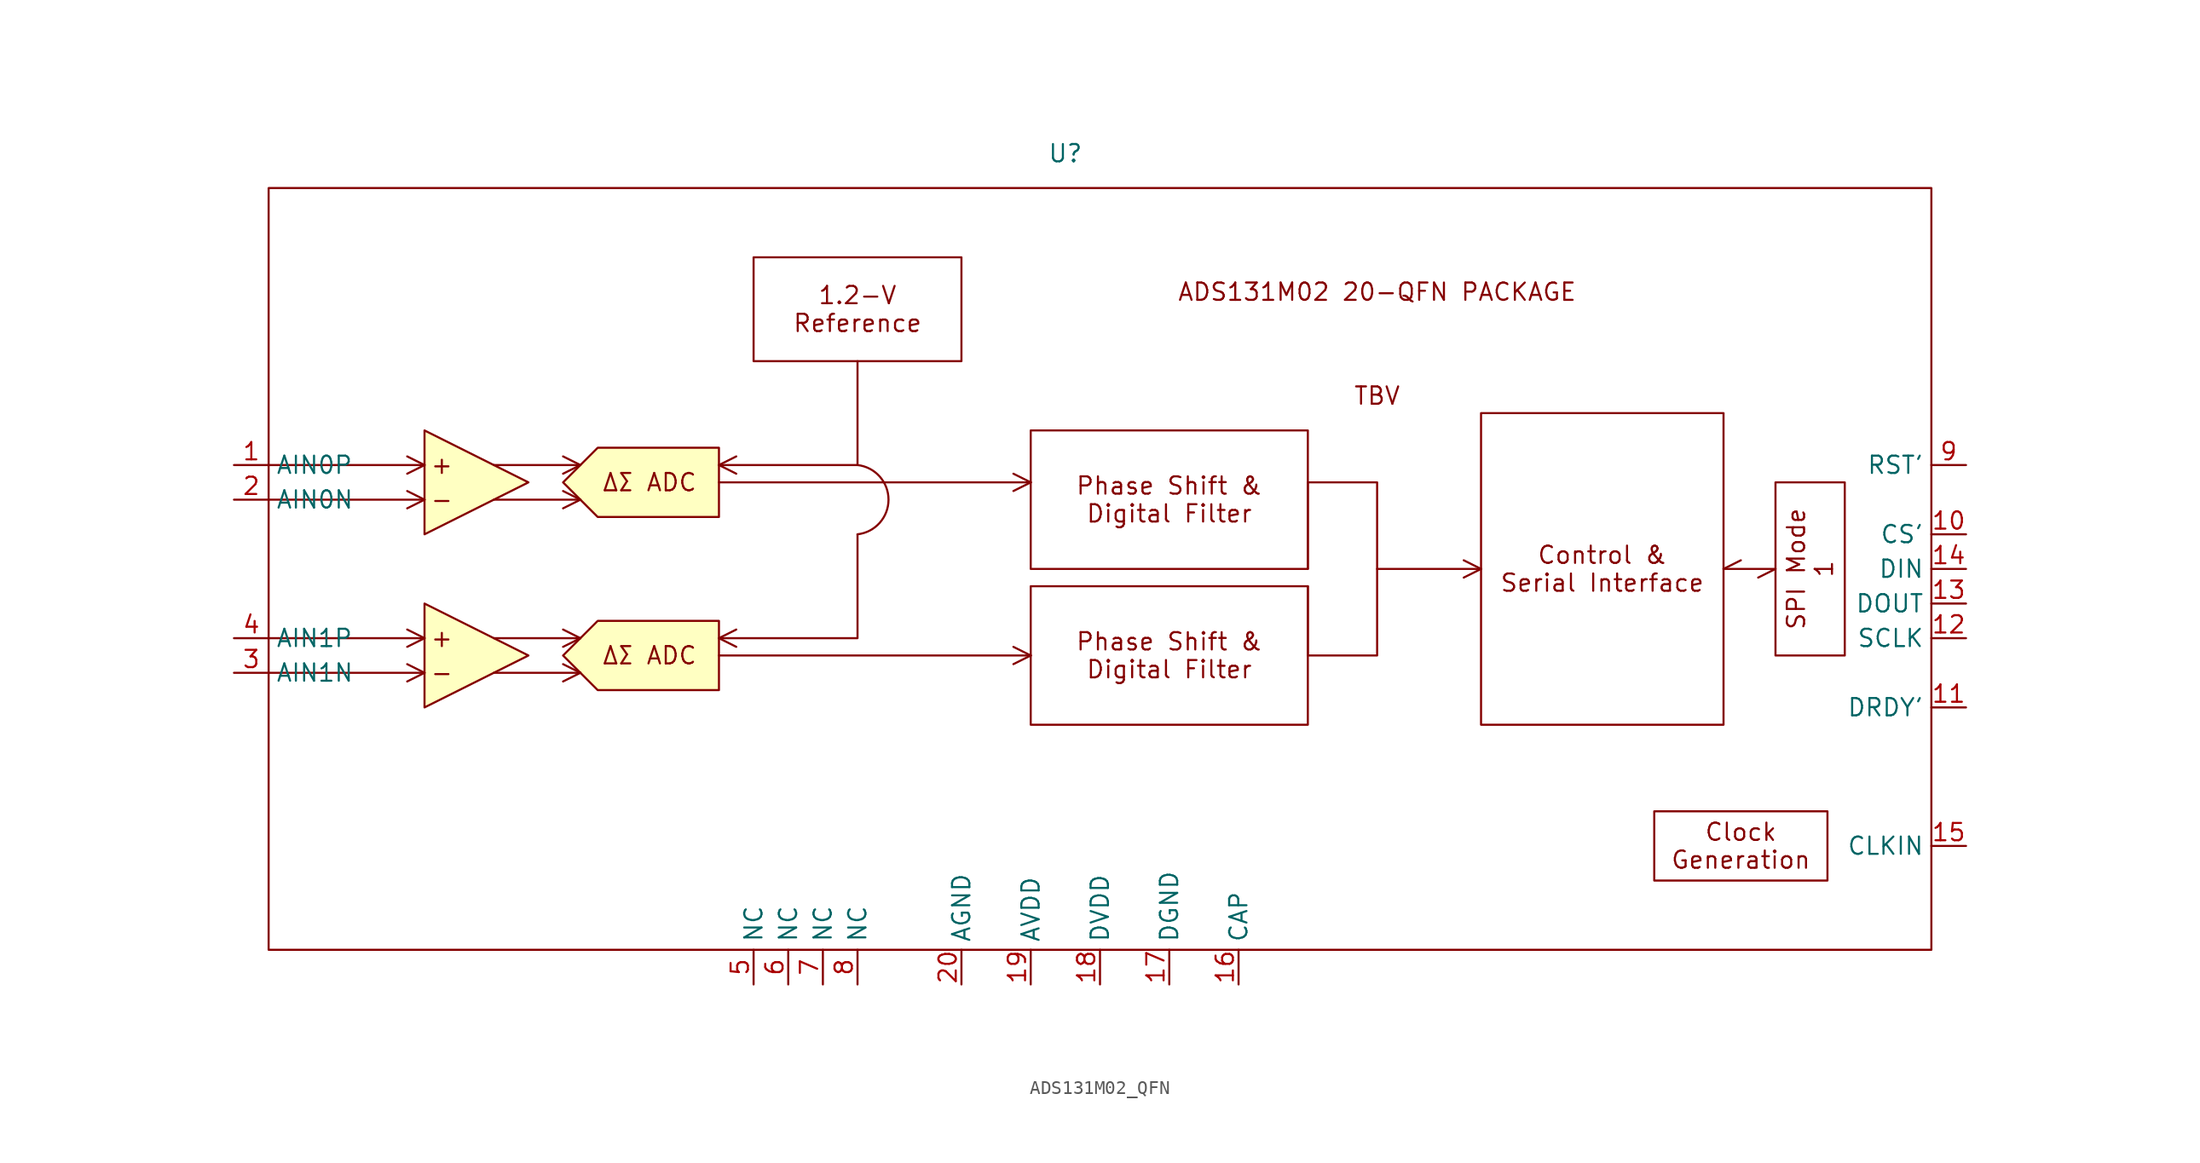
<source format=kicad_sym>
(kicad_symbol_lib
  (version 20220914)
  (generator kicad_symbol_editor)
  (symbol "ADS131M02_QFN"
    (property "Reference" "U"
      (at 30.48 30.48 0)
      (effects (font (size 1.27 1.27))))
    (property "Value" ""
      (at 91.44 0 0)
      (effects (font (size 1.27 1.27))))
    (symbol "ADS131M02_QFN_1_1"
      (rectangle (start -27.94 27.94) (end 93.98 -27.94) (stroke (width 0) (type default)) (fill (type none)))
      (polyline (pts (xy -27.94 -7.62) (xy -16.51 -7.62)) (stroke (width 0) (type default)) (fill (type none)))
      (polyline (pts (xy -27.94 -5.08) (xy -16.51 -5.08)) (stroke (width 0) (type default)) (fill (type none)))
      (polyline (pts (xy -27.94 5.08) (xy -16.51 5.08)) (stroke (width 0) (type default)) (fill (type none)))
      (polyline (pts (xy -27.94 7.62) (xy -16.51 7.62)) (stroke (width 0) (type default)) (fill (type none)))
      (polyline (pts (xy -16.51 -7.62) (xy -17.78 -8.255)) (stroke (width 0) (type default)) (fill (type color) (color 0 0 0 0)))
      (polyline (pts (xy -16.51 -7.62) (xy -17.78 -6.985)) (stroke (width 0) (type default)) (fill (type color) (color 0 0 0 0)))
      (polyline (pts (xy -16.51 -5.08) (xy -17.78 -5.715)) (stroke (width 0) (type default)) (fill (type color) (color 0 0 0 0)))
      (polyline (pts (xy -16.51 -5.08) (xy -17.78 -4.445)) (stroke (width 0) (type default)) (fill (type color) (color 0 0 0 0)))
      (polyline (pts (xy -16.51 5.08) (xy -17.78 4.445)) (stroke (width 0) (type default)) (fill (type color) (color 0 0 0 0)))
      (polyline (pts (xy -16.51 5.08) (xy -17.78 5.715)) (stroke (width 0) (type default)) (fill (type color) (color 0 0 0 0)))
      (polyline (pts (xy -16.51 7.62) (xy -17.78 6.985)) (stroke (width 0) (type default)) (fill (type color) (color 0 0 0 0)))
      (polyline (pts (xy -16.51 7.62) (xy -17.78 8.255)) (stroke (width 0) (type default)) (fill (type color) (color 0 0 0 0)))
      (polyline (pts (xy -11.43 -7.62) (xy -5.08 -7.62)) (stroke (width 0) (type default)) (fill (type none)))
      (polyline (pts (xy -11.43 -5.08) (xy -5.08 -5.08)) (stroke (width 0) (type default)) (fill (type none)))
      (polyline (pts (xy -11.43 5.08) (xy -5.08 5.08)) (stroke (width 0) (type default)) (fill (type none)))
      (polyline (pts (xy -11.43 7.62) (xy -5.08 7.62)) (stroke (width 0) (type default)) (fill (type none)))
      (polyline (pts (xy -5.08 -7.62) (xy -6.35 -8.255)) (stroke (width 0) (type default)) (fill (type color) (color 0 0 0 0)))
      (polyline (pts (xy -5.08 -7.62) (xy -6.35 -6.985)) (stroke (width 0) (type default)) (fill (type color) (color 0 0 0 0)))
      (polyline (pts (xy -5.08 -5.08) (xy -6.35 -5.715)) (stroke (width 0) (type default)) (fill (type color) (color 0 0 0 0)))
      (polyline (pts (xy -5.08 -5.08) (xy -6.35 -4.445)) (stroke (width 0) (type default)) (fill (type color) (color 0 0 0 0)))
      (polyline (pts (xy -5.08 5.08) (xy -6.35 4.445)) (stroke (width 0) (type default)) (fill (type color) (color 0 0 0 0)))
      (polyline (pts (xy -5.08 5.08) (xy -6.35 5.715)) (stroke (width 0) (type default)) (fill (type color) (color 0 0 0 0)))
      (polyline (pts (xy -5.08 7.62) (xy -6.35 6.985)) (stroke (width 0) (type default)) (fill (type color) (color 0 0 0 0)))
      (polyline (pts (xy -5.08 7.62) (xy -6.35 8.255)) (stroke (width 0) (type default)) (fill (type color) (color 0 0 0 0)))
      (polyline (pts (xy 5.08 -6.35) (xy 27.94 -6.35)) (stroke (width 0) (type default)) (fill (type color) (color 0 0 0 0)))
      (polyline (pts (xy 5.08 -5.08) (xy 6.35 -5.715)) (stroke (width 0) (type default)) (fill (type color) (color 0 0 0 0)))
      (polyline (pts (xy 5.08 -5.08) (xy 6.35 -4.445)) (stroke (width 0) (type default)) (fill (type color) (color 0 0 0 0)))
      (polyline (pts (xy 5.08 6.35) (xy 27.94 6.35)) (stroke (width 0) (type default)) (fill (type color) (color 0 0 0 0)))
      (polyline (pts (xy 5.08 7.62) (xy 6.35 6.985)) (stroke (width 0) (type default)) (fill (type color) (color 0 0 0 0)))
      (polyline (pts (xy 5.08 7.62) (xy 6.35 8.255)) (stroke (width 0) (type default)) (fill (type color) (color 0 0 0 0)))
      (polyline (pts (xy 27.94 -6.35) (xy 26.67 -6.985)) (stroke (width 0) (type default)) (fill (type color) (color 0 0 0 0)))
      (polyline (pts (xy 27.94 -6.35) (xy 26.67 -5.715)) (stroke (width 0) (type default)) (fill (type color) (color 0 0 0 0)))
      (polyline (pts (xy 27.94 6.35) (xy 26.67 5.715)) (stroke (width 0) (type default)) (fill (type color) (color 0 0 0 0)))
      (polyline (pts (xy 27.94 6.35) (xy 26.67 6.985)) (stroke (width 0) (type default)) (fill (type color) (color 0 0 0 0)))
      (polyline (pts (xy 48.26 -1.27) (xy 48.26 -6.35)) (stroke (width 0) (type default)) (fill (type color) (color 0 0 0 0)))
      (polyline (pts (xy 48.26 6.35) (xy 48.26 0)) (stroke (width 0) (type default)) (fill (type color) (color 0 0 0 0)))
      (polyline (pts (xy 53.34 0) (xy 60.96 0)) (stroke (width 0) (type default)) (fill (type color) (color 0 0 0 0)))
      (polyline (pts (xy 60.96 0) (xy 59.69 -0.635)) (stroke (width 0) (type default)) (fill (type color) (color 0 0 0 0)))
      (polyline (pts (xy 60.96 0) (xy 59.69 0.635)) (stroke (width 0) (type default)) (fill (type color) (color 0 0 0 0)))
      (polyline (pts (xy 78.74 0) (xy 80.01 0.635)) (stroke (width 0) (type default)) (fill (type color) (color 0 0 0 0)))
      (polyline (pts (xy 82.55 0) (xy 78.74 0)) (stroke (width 0) (type default)) (fill (type color) (color 0 0 0 0)))
      (polyline (pts (xy 82.55 0) (xy 81.28 -0.635)) (stroke (width 0) (type default)) (fill (type color) (color 0 0 0 0)))
      (polyline (pts (xy 15.24 2.54) (xy 15.24 -5.08) (xy 5.08 -5.08)) (stroke (width 0) (type default)) (fill (type color) (color 0 0 0 0)))
      (polyline (pts (xy 15.24 15.24) (xy 15.24 7.62) (xy 5.08 7.62)) (stroke (width 0) (type default)) (fill (type color) (color 0 0 0 0)))
      (polyline (pts (xy -16.51 -10.16) (xy -8.89 -6.35) (xy -16.51 -2.54) (xy -16.51 -10.16)) (stroke (width 0) (type default)) (fill (type background)))
      (polyline (pts (xy -16.51 2.54) (xy -8.89 6.35) (xy -16.51 10.16) (xy -16.51 2.54)) (stroke (width 0) (type default)) (fill (type background)))
      (polyline (pts (xy 48.26 6.35) (xy 53.34 6.35) (xy 53.34 -6.35) (xy 48.26 -6.35)) (stroke (width 0) (type default)) (fill (type color) (color 0 0 0 0)))
      (polyline (pts (xy -6.35 -6.35) (xy -3.81 -3.81) (xy 5.08 -3.81) (xy 5.08 -8.89) (xy -3.81 -8.89) (xy -6.35 -6.35)) (stroke (width 0) (type default)) (fill (type background)))
      (polyline (pts (xy -6.35 6.35) (xy -3.81 8.89) (xy 5.08 8.89) (xy 5.08 3.81) (xy -3.81 3.81) (xy -6.35 6.35)) (stroke (width 0) (type default)) (fill (type background)))
      (arc (start 15.24 2.54) (mid 17.5127 5.08) (end 15.24 7.62) (stroke (width 0) (type default)) (fill (type color) (color 0 0 0 0)))
      (text "+" (at -15.24 -5.08 0) (effects (font (size 1.27 1.27))))
      (text "+" (at -15.24 7.62 0) (effects (font (size 1.27 1.27))))
      (text "-" (at -15.24 -7.62 0) (effects (font (size 1.27 1.27))))
      (text "-" (at -15.24 5.08 0) (effects (font (size 1.27 1.27))))
      (text "ADS131M02 20-QFN PACKAGE" (at 53.34 20.32 0) (effects (font (size 1.27 1.27))))
      (text "TBV" (at 53.34 12.7 0) (effects (font (size 1.27 1.27))))
      (text "ΔΣ ADC" (at 0 -6.35 0) (effects (font (size 1.27 1.27))))
      (text "ΔΣ ADC" (at 0 6.35 0) (effects (font (size 1.27 1.27))))
      (text_box "1.2-V\nReference" (at 7.62 22.86 0) (size 15.24 -7.62) (stroke (width 0) (type default)) (fill (type color) (color 0 0 0 0)) (effects (font (size 1.27 1.27))))
      (text_box "Clock\nGeneration" (at 73.66 -17.78 0) (size 12.7 -5.08) (stroke (width 0) (type default)) (fill (type color) (color 0 0 0 0)) (effects (font (size 1.27 1.27))))
      (text_box "Control &\nSerial Interface" (at 60.96 11.43 0) (size 17.78 -22.86) (stroke (width 0) (type default)) (fill (type color) (color 0 0 0 0)) (effects (font (size 1.27 1.27))))
      (text_box "Phase Shift &\nDigital Filter" (at 27.94 -1.27 0) (size 20.32 -10.16) (stroke (width 0) (type default)) (fill (type color) (color 0 0 0 0)) (effects (font (size 1.27 1.27))))
      (text_box "Phase Shift &\nDigital Filter" (at 27.94 10.16 0) (size 20.32 -10.16) (stroke (width 0) (type default)) (fill (type color) (color 0 0 0 0)) (effects (font (size 1.27 1.27))))
      (text_box "SPI Mode 1" (at 82.55 6.35 90) (size 5.08 -12.7) (stroke (width 0) (type default)) (fill (type color) (color 0 0 0 0)) (effects (font (size 1.27 1.27))))
      (pin input line (at -30.48 7.62 0) (length 2.54) (name "AIN0P" (effects (font (size 1.27 1.27)))) (number "1" (effects (font (size 1.27 1.27)))))
      (pin input line (at 96.52 2.54 180) (length 2.54) (name "CS'" (effects (font (size 1.27 1.27)))) (number "10" (effects (font (size 1.27 1.27)))))
      (pin input line (at 96.52 -10.16 180) (length 2.54) (name "DRDY'" (effects (font (size 1.27 1.27)))) (number "11" (effects (font (size 1.27 1.27)))))
      (pin input line (at 96.52 -5.08 180) (length 2.54) (name "SCLK" (effects (font (size 1.27 1.27)))) (number "12" (effects (font (size 1.27 1.27)))))
      (pin input line (at 96.52 -2.54 180) (length 2.54) (name "DOUT" (effects (font (size 1.27 1.27)))) (number "13" (effects (font (size 1.27 1.27)))))
      (pin input line (at 96.52 0 180) (length 2.54) (name "DIN" (effects (font (size 1.27 1.27)))) (number "14" (effects (font (size 1.27 1.27)))))
      (pin input line (at 96.52 -20.32 180) (length 2.54) (name "CLKIN" (effects (font (size 1.27 1.27)))) (number "15" (effects (font (size 1.27 1.27)))))
      (pin input line (at 43.18 -30.48 90) (length 2.54) (name "CAP" (effects (font (size 1.27 1.27)))) (number "16" (effects (font (size 1.27 1.27)))))
      (pin input line (at 38.1 -30.48 90) (length 2.54) (name "DGND" (effects (font (size 1.27 1.27)))) (number "17" (effects (font (size 1.27 1.27)))))
      (pin input line (at 33.02 -30.48 90) (length 2.54) (name "DVDD" (effects (font (size 1.27 1.27)))) (number "18" (effects (font (size 1.27 1.27)))))
      (pin input line (at 27.94 -30.48 90) (length 2.54) (name "AVDD" (effects (font (size 1.27 1.27)))) (number "19" (effects (font (size 1.27 1.27)))))
      (pin input line (at -30.48 5.08 0) (length 2.54) (name "AIN0N" (effects (font (size 1.27 1.27)))) (number "2" (effects (font (size 1.27 1.27)))))
      (pin input line (at 22.86 -30.48 90) (length 2.54) (name "AGND" (effects (font (size 1.27 1.27)))) (number "20" (effects (font (size 1.27 1.27)))))
      (pin input line (at -30.48 -7.62 0) (length 2.54) (name "AIN1N" (effects (font (size 1.27 1.27)))) (number "3" (effects (font (size 1.27 1.27)))))
      (pin input line (at -30.48 -5.08 0) (length 2.54) (name "AIN1P" (effects (font (size 1.27 1.27)))) (number "4" (effects (font (size 1.27 1.27)))))
      (pin input line (at 7.62 -30.48 90) (length 2.54) (name "NC" (effects (font (size 1.27 1.27)))) (number "5" (effects (font (size 1.27 1.27)))))
      (pin input line (at 10.16 -30.48 90) (length 2.54) (name "NC" (effects (font (size 1.27 1.27)))) (number "6" (effects (font (size 1.27 1.27)))))
      (pin input line (at 12.7 -30.48 90) (length 2.54) (name "NC" (effects (font (size 1.27 1.27)))) (number "7" (effects (font (size 1.27 1.27)))))
      (pin input line (at 15.24 -30.48 90) (length 2.54) (name "NC" (effects (font (size 1.27 1.27)))) (number "8" (effects (font (size 1.27 1.27)))))
      (pin input line (at 96.52 7.62 180) (length 2.54) (name "RST'" (effects (font (size 1.27 1.27)))) (number "9" (effects (font (size 1.27 1.27)))))
      (pin input line (at 22.86 -30.48 90) (length 2.54) hide (name "PAD" (effects (font (size 1.27 1.27)))) (number "PAD" (effects (font (size 1.27 1.27))))))))
</source>
